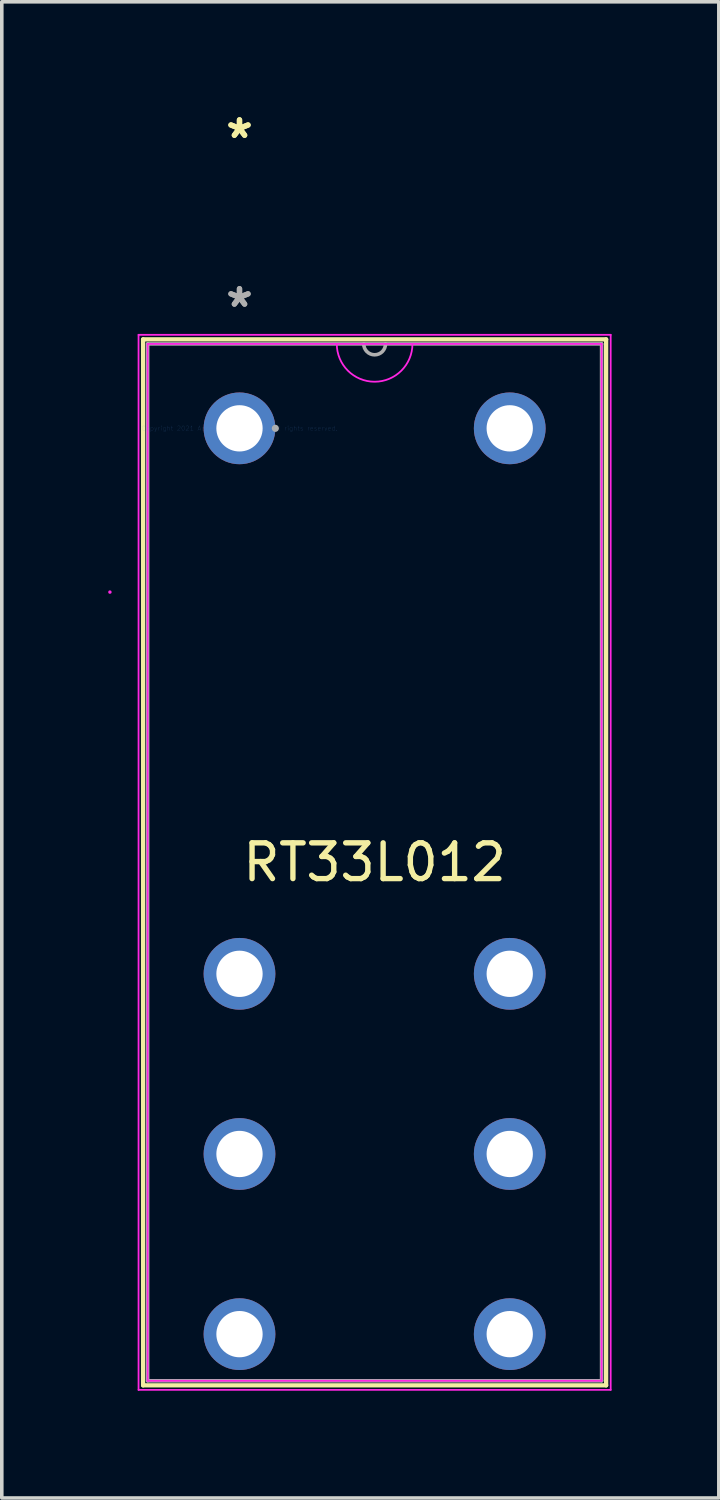
<source format=kicad_pcb>
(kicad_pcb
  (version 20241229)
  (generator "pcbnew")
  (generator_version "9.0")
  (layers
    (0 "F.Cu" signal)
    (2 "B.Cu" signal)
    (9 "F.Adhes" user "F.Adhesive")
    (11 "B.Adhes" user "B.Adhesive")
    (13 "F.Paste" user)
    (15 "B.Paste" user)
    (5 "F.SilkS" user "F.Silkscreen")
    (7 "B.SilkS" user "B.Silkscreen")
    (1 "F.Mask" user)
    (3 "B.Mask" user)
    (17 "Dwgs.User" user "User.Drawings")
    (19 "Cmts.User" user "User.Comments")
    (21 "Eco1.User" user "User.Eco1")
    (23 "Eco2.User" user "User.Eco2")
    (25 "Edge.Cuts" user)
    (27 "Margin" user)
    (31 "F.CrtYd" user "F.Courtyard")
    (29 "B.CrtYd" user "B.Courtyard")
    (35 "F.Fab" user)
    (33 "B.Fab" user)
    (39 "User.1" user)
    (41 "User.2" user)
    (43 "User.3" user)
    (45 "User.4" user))
  (footprint "RT33L012"
    (layer "F.Cu")
    (at 3.65 8.933)
    (property "Reference" "RT33L012" (at 3.78 12.141 0) (layer "F.SilkS") (effects (font (size 1 1) (thickness 0.15))))
    (attr through_hole)
    (fp_line (start -2.697 -2.489) (end -2.697 26.772) (stroke (width 0.12) (type solid)) (layer "F.SilkS"))
    (fp_line (start -2.697 26.772) (end 10.257 26.772) (stroke (width 0.12) (type solid)) (layer "F.SilkS"))
    (fp_line (start 10.257 -2.489) (end -2.697 -2.489) (stroke (width 0.12) (type solid)) (layer "F.SilkS"))
    (fp_line (start 10.257 26.772) (end 10.257 -2.489) (stroke (width 0.12) (type solid)) (layer "F.SilkS"))
    (fp_line (start -2.824 -2.616) (end 10.384 -2.616) (stroke (width 0.05) (type solid)) (layer "F.CrtYd"))
    (fp_line (start -2.824 26.899) (end -2.824 -2.616) (stroke (width 0.05) (type solid)) (layer "F.CrtYd"))
    (fp_line (start -2.57 -2.362) (end 10.13 -2.362) (stroke (width 0.05) (type solid)) (layer "F.CrtYd"))
    (fp_line (start -2.57 26.645) (end -2.57 -2.362) (stroke (width 0.05) (type solid)) (layer "F.CrtYd"))
    (fp_line (start 10.13 -2.362) (end 10.13 26.645) (stroke (width 0.05) (type solid)) (layer "F.CrtYd"))
    (fp_line (start 10.13 26.645) (end -2.57 26.645) (stroke (width 0.05) (type solid)) (layer "F.CrtYd"))
    (fp_line (start 10.384 -2.616) (end 10.384 26.899) (stroke (width 0.05) (type solid)) (layer "F.CrtYd"))
    (fp_line (start 10.384 26.899) (end -2.824 26.899) (stroke (width 0.05) (type solid)) (layer "F.CrtYd"))
    (fp_arc (start 4.838334 -2.3622) (mid 3.78 -1.303866) (end 2.721666 -2.3622) (stroke (width 0.05) (type solid)) (layer "F.CrtYd"))
    (fp_circle (center -3.625 4.581) (end -3.625 4.581) (stroke (width 0.05) (type solid)) (fill no) (layer "F.CrtYd"))
    (fp_line (start -2.57 -2.362) (end -2.57 26.645) (stroke (width 0.1) (type solid)) (layer "F.Fab"))
    (fp_line (start -2.57 26.645) (end 10.13 26.645) (stroke (width 0.1) (type solid)) (layer "F.Fab"))
    (fp_line (start 10.13 -2.362) (end -2.57 -2.362) (stroke (width 0.1) (type solid)) (layer "F.Fab"))
    (fp_line (start 10.13 26.645) (end 10.13 -2.362) (stroke (width 0.1) (type solid)) (layer "F.Fab"))
    (fp_arc (start 4.0848 -2.3622) (mid 3.78 -2.0574) (end 3.4752 -2.3622) (stroke (width 0.1) (type solid)) (layer "F.Fab"))
    (fp_circle (center 1.003 0) (end 1.003 0) (stroke (width 0.1) (type solid)) (fill no) (layer "F.Fab"))
    (fp_text user "*" (at 0 -8.084 0) (layer "F.SilkS") (effects (font (size 1 1) (thickness 0.15))))
    (fp_text user "*" (at 0 -8.084 0) (layer "F.SilkS") (effects (font (size 1 1) (thickness 0.15))))
    (fp_text user "Copyright 2021 Accelerated Designs. All rights reserved." (at 0 0 0) (layer "Cmts.User") (effects (font (size 0.127 0.127) (thickness 0.002))))
    (fp_text user "*" (at 0 -3.36 0) (layer "F.Fab") (effects (font (size 1 1) (thickness 0.15))))
    (fp_text user "*" (at 0 -3.36 0) (layer "F.Fab") (effects (font (size 1 1) (thickness 0.15))))
    (pad "1" thru_hole circle (at 0 0) (size 2.007 2.007) (drill 1.295) (layers "*.Cu" "*.Mask"))
    (pad "2" thru_hole circle (at 0 15.26) (size 2.007 2.007) (drill 1.295) (layers "*.Cu" "*.Mask"))
    (pad "3" thru_hole circle (at 0 20.3) (size 2.007 2.007) (drill 1.295) (layers "*.Cu" "*.Mask"))
    (pad "3" thru_hole circle (at 0 25.34) (size 2.007 2.007) (drill 1.295) (layers "*.Cu" "*.Mask"))
    (pad "4" thru_hole circle (at 7.56 25.34) (size 2.007 2.007) (drill 1.295) (layers "*.Cu" "*.Mask"))
    (pad "5" thru_hole circle (at 7.56 20.3) (size 2.007 2.007) (drill 1.295) (layers "*.Cu" "*.Mask"))
    (pad "6" thru_hole circle (at 7.56 15.26) (size 2.007 2.007) (drill 1.295) (layers "*.Cu" "*.Mask"))
    (pad "7" thru_hole circle (at 7.56 0) (size 2.007 2.007) (drill 1.295) (layers "*.Cu" "*.Mask")))
  (gr_rect
    (start -3 -3)
    (end 17.059 38.856)
    (stroke (width 0.1) (type default))
    (fill no)
    (layer "Edge.Cuts")))
</source>
